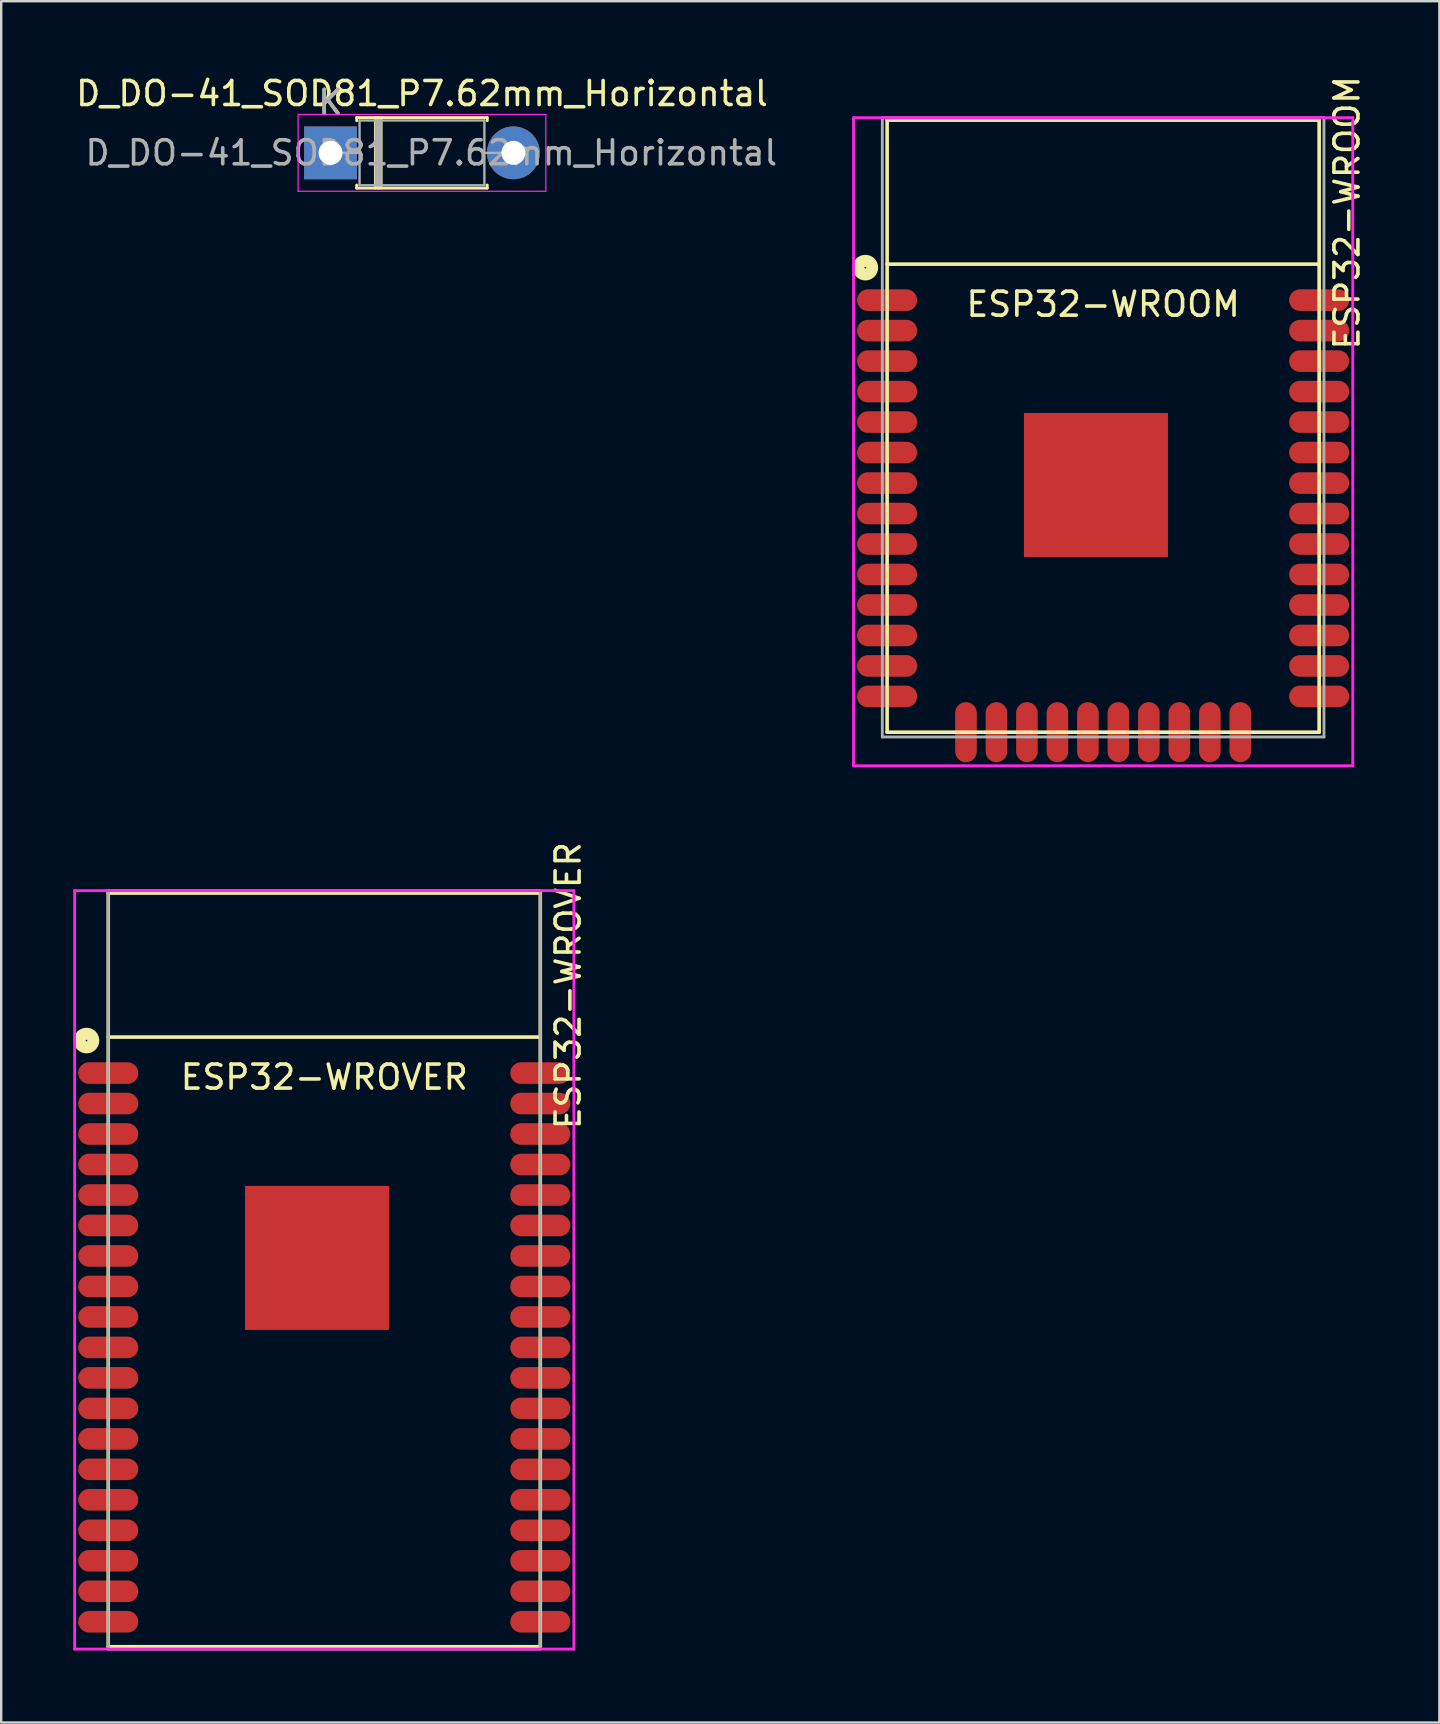
<source format=kicad_pcb>
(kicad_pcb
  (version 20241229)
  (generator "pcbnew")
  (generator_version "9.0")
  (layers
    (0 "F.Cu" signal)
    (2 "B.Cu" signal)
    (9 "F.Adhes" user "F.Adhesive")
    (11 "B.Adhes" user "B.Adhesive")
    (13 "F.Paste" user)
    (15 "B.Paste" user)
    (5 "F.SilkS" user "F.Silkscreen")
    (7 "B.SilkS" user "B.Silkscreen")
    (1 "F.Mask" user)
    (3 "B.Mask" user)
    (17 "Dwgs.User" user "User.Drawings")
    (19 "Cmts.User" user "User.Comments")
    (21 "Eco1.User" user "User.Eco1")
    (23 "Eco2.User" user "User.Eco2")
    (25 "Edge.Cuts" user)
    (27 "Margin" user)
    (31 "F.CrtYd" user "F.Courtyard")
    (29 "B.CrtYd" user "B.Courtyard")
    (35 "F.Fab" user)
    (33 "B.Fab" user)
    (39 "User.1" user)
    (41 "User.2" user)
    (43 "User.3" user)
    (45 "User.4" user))
  (footprint "ESP32-WROOM"
    (layer "F.Cu")
    (at 33.91 9.455)
    (property "Reference" "ESP32-WROOM" (at 19.16 -3.64 90) (layer "F.SilkS") (effects (font (size 1 1) (thickness 0.15))))
    (attr smd)
    (fp_line (start 0 -7.5) (end 0 18) (stroke (width 0.15) (type solid)) (layer "F.SilkS"))
    (fp_line (start 18 -7.5) (end 0 -7.5) (stroke (width 0.15) (type solid)) (layer "F.SilkS"))
    (fp_line (start 18 -7.5) (end 18 18) (stroke (width 0.15) (type solid)) (layer "F.SilkS"))
    (fp_line (start 18 -1.5) (end 0 -1.5) (stroke (width 0.15) (type solid)) (layer "F.SilkS"))
    (fp_line (start 18 18) (end 0 18) (stroke (width 0.15) (type solid)) (layer "F.SilkS"))
    (fp_circle (center -0.906 -1.354) (end -1.033 -1.608) (stroke (width 0.5) (type solid)) (fill no) (layer "F.SilkS"))
    (fp_line (start -1.4 -7.6) (end -1.4 19.4) (stroke (width 0.12) (type solid)) (layer "F.CrtYd"))
    (fp_line (start -1.4 19.4) (end 19.4 19.4) (stroke (width 0.12) (type solid)) (layer "F.CrtYd"))
    (fp_line (start 19.4 -7.6) (end -1.4 -7.6) (stroke (width 0.12) (type solid)) (layer "F.CrtYd"))
    (fp_line (start 19.4 19.4) (end 19.4 -7.6) (stroke (width 0.12) (type solid)) (layer "F.CrtYd"))
    (fp_line (start -0.2 -7.6) (end -0.2 18.2) (stroke (width 0.12) (type solid)) (layer "F.Fab"))
    (fp_line (start -0.2 18.2) (end 18.2 18.2) (stroke (width 0.12) (type solid)) (layer "F.Fab"))
    (fp_line (start 18.2 -7.6) (end -0.2 -7.6) (stroke (width 0.12) (type solid)) (layer "F.Fab"))
    (fp_line (start 18.2 18.2) (end 18.2 -7.6) (stroke (width 0.12) (type solid)) (layer "F.Fab"))
    (fp_text user "ESP32-WROOM" (at 9 0.17 0) (layer "F.SilkS") (effects (font (size 1 1) (thickness 0.15))))
    (pad "1" smd oval (at 0 0 180) (size 2.5 0.9) (layers "F.Cu" "F.Mask" "F.Paste"))
    (pad "2" smd oval (at 0 1.27 180) (size 2.5 0.9) (layers "F.Cu" "F.Mask" "F.Paste"))
    (pad "3" smd oval (at 0 2.54 180) (size 2.5 0.9) (layers "F.Cu" "F.Mask" "F.Paste"))
    (pad "4" smd oval (at 0 3.81 180) (size 2.5 0.9) (layers "F.Cu" "F.Mask" "F.Paste"))
    (pad "5" smd oval (at 0 5.08 180) (size 2.5 0.9) (layers "F.Cu" "F.Mask" "F.Paste"))
    (pad "6" smd oval (at 0 6.35 180) (size 2.5 0.9) (layers "F.Cu" "F.Mask" "F.Paste"))
    (pad "7" smd oval (at 0 7.62 180) (size 2.5 0.9) (layers "F.Cu" "F.Mask" "F.Paste"))
    (pad "8" smd oval (at 0 8.89 180) (size 2.5 0.9) (layers "F.Cu" "F.Mask" "F.Paste"))
    (pad "9" smd oval (at 0 10.16 180) (size 2.5 0.9) (layers "F.Cu" "F.Mask" "F.Paste"))
    (pad "10" smd oval (at 0 11.43 180) (size 2.5 0.9) (layers "F.Cu" "F.Mask" "F.Paste"))
    (pad "11" smd oval (at 0 12.7 180) (size 2.5 0.9) (layers "F.Cu" "F.Mask" "F.Paste"))
    (pad "12" smd oval (at 0 13.97 180) (size 2.5 0.9) (layers "F.Cu" "F.Mask" "F.Paste"))
    (pad "13" smd oval (at 0 15.24 180) (size 2.5 0.9) (layers "F.Cu" "F.Mask" "F.Paste"))
    (pad "14" smd oval (at 0 16.51 180) (size 2.5 0.9) (layers "F.Cu" "F.Mask" "F.Paste"))
    (pad "15" smd oval (at 3.285 18 180) (size 0.9 2.5) (layers "F.Cu" "F.Mask" "F.Paste"))
    (pad "16" smd oval (at 4.555 18 180) (size 0.9 2.5) (layers "F.Cu" "F.Mask" "F.Paste"))
    (pad "17" smd oval (at 5.825 18 180) (size 0.9 2.5) (layers "F.Cu" "F.Mask" "F.Paste"))
    (pad "18" smd oval (at 7.095 18 180) (size 0.9 2.5) (layers "F.Cu" "F.Mask" "F.Paste"))
    (pad "19" smd oval (at 8.365 18 180) (size 0.9 2.5) (layers "F.Cu" "F.Mask" "F.Paste"))
    (pad "20" smd oval (at 9.635 18 180) (size 0.9 2.5) (layers "F.Cu" "F.Mask" "F.Paste"))
    (pad "21" smd oval (at 10.905 18 180) (size 0.9 2.5) (layers "F.Cu" "F.Mask" "F.Paste"))
    (pad "22" smd oval (at 12.175 18 180) (size 0.9 2.5) (layers "F.Cu" "F.Mask" "F.Paste"))
    (pad "23" smd oval (at 13.445 18 180) (size 0.9 2.5) (layers "F.Cu" "F.Mask" "F.Paste"))
    (pad "24" smd oval (at 14.715 18 180) (size 0.9 2.5) (layers "F.Cu" "F.Mask" "F.Paste"))
    (pad "25" smd oval (at 18 16.51 180) (size 2.5 0.9) (layers "F.Cu" "F.Mask" "F.Paste"))
    (pad "26" smd oval (at 18 15.24 180) (size 2.5 0.9) (layers "F.Cu" "F.Mask" "F.Paste"))
    (pad "27" smd oval (at 18 13.97 180) (size 2.5 0.9) (layers "F.Cu" "F.Mask" "F.Paste"))
    (pad "28" smd oval (at 18 12.7 180) (size 2.5 0.9) (layers "F.Cu" "F.Mask" "F.Paste"))
    (pad "29" smd oval (at 18 11.43 180) (size 2.5 0.9) (layers "F.Cu" "F.Mask" "F.Paste"))
    (pad "30" smd oval (at 18 10.16 180) (size 2.5 0.9) (layers "F.Cu" "F.Mask" "F.Paste"))
    (pad "31" smd oval (at 18 8.89 180) (size 2.5 0.9) (layers "F.Cu" "F.Mask" "F.Paste"))
    (pad "32" smd oval (at 18 7.62 180) (size 2.5 0.9) (layers "F.Cu" "F.Mask" "F.Paste"))
    (pad "33" smd oval (at 18 6.35 180) (size 2.5 0.9) (layers "F.Cu" "F.Mask" "F.Paste"))
    (pad "34" smd oval (at 18 5.08 180) (size 2.5 0.9) (layers "F.Cu" "F.Mask" "F.Paste"))
    (pad "35" smd oval (at 18 3.81 180) (size 2.5 0.9) (layers "F.Cu" "F.Mask" "F.Paste"))
    (pad "36" smd oval (at 18 2.54 180) (size 2.5 0.9) (layers "F.Cu" "F.Mask" "F.Paste"))
    (pad "37" smd oval (at 18 1.27 180) (size 2.5 0.9) (layers "F.Cu" "F.Mask" "F.Paste"))
    (pad "38" smd oval (at 18 0 180) (size 2.5 0.9) (layers "F.Cu" "F.Mask" "F.Paste"))
    (pad "39" smd rect (at 8.7 7.7 180) (size 6 6) (layers "F.Cu" "F.Mask" "F.Paste")))
  (footprint "ESP32-WROVER"
    (layer "F.Cu")
    (at 1.46 41.657)
    (property "Reference" "ESP32-WROVER" (at 19.16 -3.64 90) (layer "F.SilkS") (effects (font (size 1 1) (thickness 0.15))))
    (attr smd)
    (fp_line (start 0 -7.5) (end 0 23.9) (stroke (width 0.15) (type solid)) (layer "F.SilkS"))
    (fp_line (start 18 -7.5) (end 0 -7.5) (stroke (width 0.15) (type solid)) (layer "F.SilkS"))
    (fp_line (start 18 -7.5) (end 18 23.9) (stroke (width 0.15) (type solid)) (layer "F.SilkS"))
    (fp_line (start 18 -1.5) (end 0 -1.5) (stroke (width 0.15) (type solid)) (layer "F.SilkS"))
    (fp_line (start 18 23.9) (end 0 23.9) (stroke (width 0.15) (type solid)) (layer "F.SilkS"))
    (fp_circle (center -0.906 -1.354) (end -1.033 -1.608) (stroke (width 0.5) (type solid)) (fill no) (layer "F.SilkS"))
    (fp_line (start -1.4 -7.6) (end 19.4 -7.6) (stroke (width 0.12) (type solid)) (layer "F.CrtYd"))
    (fp_line (start -1.4 24) (end -1.4 -7.6) (stroke (width 0.12) (type solid)) (layer "F.CrtYd"))
    (fp_line (start 19.4 -7.6) (end 19.4 24) (stroke (width 0.12) (type solid)) (layer "F.CrtYd"))
    (fp_line (start 19.4 24) (end -1.4 24) (stroke (width 0.12) (type solid)) (layer "F.CrtYd"))
    (fp_line (start 0 -7.6) (end 0 24) (stroke (width 0.12) (type solid)) (layer "F.Fab"))
    (fp_line (start 0 24) (end 18 24) (stroke (width 0.12) (type solid)) (layer "F.Fab"))
    (fp_line (start 18 -7.6) (end 0 -7.6) (stroke (width 0.12) (type solid)) (layer "F.Fab"))
    (fp_line (start 18 24) (end 18 -7.6) (stroke (width 0.12) (type solid)) (layer "F.Fab"))
    (fp_text user "ESP32-WROVER" (at 9 0.17 0) (layer "F.SilkS") (effects (font (size 1 1) (thickness 0.15))))
    (pad "1" smd oval (at 0 0 180) (size 2.5 0.9) (layers "F.Cu" "F.Mask" "F.Paste"))
    (pad "2" smd oval (at 0 1.27 180) (size 2.5 0.9) (layers "F.Cu" "F.Mask" "F.Paste"))
    (pad "3" smd oval (at 0 2.54 180) (size 2.5 0.9) (layers "F.Cu" "F.Mask" "F.Paste"))
    (pad "4" smd oval (at 0 3.81 180) (size 2.5 0.9) (layers "F.Cu" "F.Mask" "F.Paste"))
    (pad "5" smd oval (at 0 5.08 180) (size 2.5 0.9) (layers "F.Cu" "F.Mask" "F.Paste"))
    (pad "6" smd oval (at 0 6.35 180) (size 2.5 0.9) (layers "F.Cu" "F.Mask" "F.Paste"))
    (pad "7" smd oval (at 0 7.62 180) (size 2.5 0.9) (layers "F.Cu" "F.Mask" "F.Paste"))
    (pad "8" smd oval (at 0 8.89 180) (size 2.5 0.9) (layers "F.Cu" "F.Mask" "F.Paste"))
    (pad "9" smd oval (at 0 10.16 180) (size 2.5 0.9) (layers "F.Cu" "F.Mask" "F.Paste"))
    (pad "10" smd oval (at 0 11.43 180) (size 2.5 0.9) (layers "F.Cu" "F.Mask" "F.Paste"))
    (pad "11" smd oval (at 0 12.7 180) (size 2.5 0.9) (layers "F.Cu" "F.Mask" "F.Paste"))
    (pad "12" smd oval (at 0 13.97 180) (size 2.5 0.9) (layers "F.Cu" "F.Mask" "F.Paste"))
    (pad "13" smd oval (at 0 15.24 180) (size 2.5 0.9) (layers "F.Cu" "F.Mask" "F.Paste"))
    (pad "14" smd oval (at 0 16.51 180) (size 2.5 0.9) (layers "F.Cu" "F.Mask" "F.Paste"))
    (pad "15" smd oval (at 0 17.78 180) (size 2.5 0.9) (layers "F.Cu" "F.Mask" "F.Paste"))
    (pad "16" smd oval (at 0 19.05 180) (size 2.5 0.9) (layers "F.Cu" "F.Mask" "F.Paste"))
    (pad "17" smd oval (at 0 20.32 180) (size 2.5 0.9) (layers "F.Cu" "F.Mask" "F.Paste"))
    (pad "18" smd oval (at 0 21.59 180) (size 2.5 0.9) (layers "F.Cu" "F.Mask" "F.Paste"))
    (pad "19" smd oval (at 0 22.86 180) (size 2.5 0.9) (layers "F.Cu" "F.Mask" "F.Paste"))
    (pad "20" smd oval (at 18 22.86 180) (size 2.5 0.9) (layers "F.Cu" "F.Mask" "F.Paste"))
    (pad "21" smd oval (at 18 21.59 180) (size 2.5 0.9) (layers "F.Cu" "F.Mask" "F.Paste"))
    (pad "22" smd oval (at 18 20.32 180) (size 2.5 0.9) (layers "F.Cu" "F.Mask" "F.Paste"))
    (pad "23" smd oval (at 18 19.05 180) (size 2.5 0.9) (layers "F.Cu" "F.Mask" "F.Paste"))
    (pad "24" smd oval (at 18 17.78 180) (size 2.5 0.9) (layers "F.Cu" "F.Mask" "F.Paste"))
    (pad "25" smd oval (at 18 16.51 180) (size 2.5 0.9) (layers "F.Cu" "F.Mask" "F.Paste"))
    (pad "26" smd oval (at 18 15.24 180) (size 2.5 0.9) (layers "F.Cu" "F.Mask" "F.Paste"))
    (pad "27" smd oval (at 18 13.97 180) (size 2.5 0.9) (layers "F.Cu" "F.Mask" "F.Paste"))
    (pad "28" smd oval (at 18 12.7 180) (size 2.5 0.9) (layers "F.Cu" "F.Mask" "F.Paste"))
    (pad "29" smd oval (at 18 11.43 180) (size 2.5 0.9) (layers "F.Cu" "F.Mask" "F.Paste"))
    (pad "30" smd oval (at 18 10.16 180) (size 2.5 0.9) (layers "F.Cu" "F.Mask" "F.Paste"))
    (pad "31" smd oval (at 18 8.89 180) (size 2.5 0.9) (layers "F.Cu" "F.Mask" "F.Paste"))
    (pad "32" smd oval (at 18 7.62 180) (size 2.5 0.9) (layers "F.Cu" "F.Mask" "F.Paste"))
    (pad "33" smd oval (at 18 6.35 180) (size 2.5 0.9) (layers "F.Cu" "F.Mask" "F.Paste"))
    (pad "34" smd oval (at 18 5.08 180) (size 2.5 0.9) (layers "F.Cu" "F.Mask" "F.Paste"))
    (pad "35" smd oval (at 18 3.81 180) (size 2.5 0.9) (layers "F.Cu" "F.Mask" "F.Paste"))
    (pad "36" smd oval (at 18 2.54 180) (size 2.5 0.9) (layers "F.Cu" "F.Mask" "F.Paste"))
    (pad "37" smd oval (at 18 1.27 180) (size 2.5 0.9) (layers "F.Cu" "F.Mask" "F.Paste"))
    (pad "38" smd oval (at 18 0 180) (size 2.5 0.9) (layers "F.Cu" "F.Mask" "F.Paste"))
    (pad "39" smd rect (at 8.7 7.7 180) (size 6 6) (layers "F.Cu" "F.Mask" "F.Paste")))
  (footprint "D_DO-41_SOD81_P7.62mm_Horizontal"
    (layer "F.Cu")
    (at 10.72 3.318)
    (property "Reference" "D_DO-41_SOD81_P7.62mm_Horizontal" (at 3.81 -2.47 0) (layer "F.SilkS") (effects (font (size 1 1) (thickness 0.15))))
    (attr through_hole)
    (fp_line (start 1.09 -1.47) (end 6.53 -1.47) (stroke (width 0.12) (type solid)) (layer "F.SilkS"))
    (fp_line (start 1.09 -1.34) (end 1.09 -1.47) (stroke (width 0.12) (type solid)) (layer "F.SilkS"))
    (fp_line (start 1.09 1.34) (end 1.09 1.47) (stroke (width 0.12) (type solid)) (layer "F.SilkS"))
    (fp_line (start 1.09 1.47) (end 6.53 1.47) (stroke (width 0.12) (type solid)) (layer "F.SilkS"))
    (fp_line (start 1.87 -1.47) (end 1.87 1.47) (stroke (width 0.12) (type solid)) (layer "F.SilkS"))
    (fp_line (start 1.99 -1.47) (end 1.99 1.47) (stroke (width 0.12) (type solid)) (layer "F.SilkS"))
    (fp_line (start 2.11 -1.47) (end 2.11 1.47) (stroke (width 0.12) (type solid)) (layer "F.SilkS"))
    (fp_line (start 6.53 -1.47) (end 6.53 -1.34) (stroke (width 0.12) (type solid)) (layer "F.SilkS"))
    (fp_line (start 6.53 1.47) (end 6.53 1.34) (stroke (width 0.12) (type solid)) (layer "F.SilkS"))
    (fp_line (start -1.35 -1.6) (end -1.35 1.6) (stroke (width 0.05) (type solid)) (layer "F.CrtYd"))
    (fp_line (start -1.35 1.6) (end 8.97 1.6) (stroke (width 0.05) (type solid)) (layer "F.CrtYd"))
    (fp_line (start 8.97 -1.6) (end -1.35 -1.6) (stroke (width 0.05) (type solid)) (layer "F.CrtYd"))
    (fp_line (start 8.97 1.6) (end 8.97 -1.6) (stroke (width 0.05) (type solid)) (layer "F.CrtYd"))
    (fp_line (start 0 0) (end 1.21 0) (stroke (width 0.1) (type solid)) (layer "F.Fab"))
    (fp_line (start 1.21 -1.35) (end 1.21 1.35) (stroke (width 0.1) (type solid)) (layer "F.Fab"))
    (fp_line (start 1.21 1.35) (end 6.41 1.35) (stroke (width 0.1) (type solid)) (layer "F.Fab"))
    (fp_line (start 1.89 -1.35) (end 1.89 1.35) (stroke (width 0.1) (type solid)) (layer "F.Fab"))
    (fp_line (start 1.99 -1.35) (end 1.99 1.35) (stroke (width 0.1) (type solid)) (layer "F.Fab"))
    (fp_line (start 2.09 -1.35) (end 2.09 1.35) (stroke (width 0.1) (type solid)) (layer "F.Fab"))
    (fp_line (start 6.41 -1.35) (end 1.21 -1.35) (stroke (width 0.1) (type solid)) (layer "F.Fab"))
    (fp_line (start 6.41 1.35) (end 6.41 -1.35) (stroke (width 0.1) (type solid)) (layer "F.Fab"))
    (fp_line (start 7.62 0) (end 6.41 0) (stroke (width 0.1) (type solid)) (layer "F.Fab"))
    (fp_text user "K" (at 0 -2.1 0) (layer "F.SilkS") (effects (font (size 1 1) (thickness 0.15))))
    (fp_text user "K" (at 0 -2.1 0) (layer "F.Fab") (effects (font (size 1 1) (thickness 0.15))))
    (fp_text user "${REFERENCE}" (at 4.2 0 0) (layer "F.Fab") (effects (font (size 1 1) (thickness 0.15))))
    (pad "1" thru_hole rect (at 0 0) (size 2.2 2.2) (drill 1) (layers "*.Cu" "*.Mask"))
    (pad "2" thru_hole circle (at 7.62 0) (size 2.2 2.2) (drill 1) (layers "*.Cu" "*.Mask")))
  (gr_rect
    (start -3 -3)
    (end 56.918 68.717)
    (stroke (width 0.1) (type default))
    (fill no)
    (layer "Edge.Cuts")))
</source>
